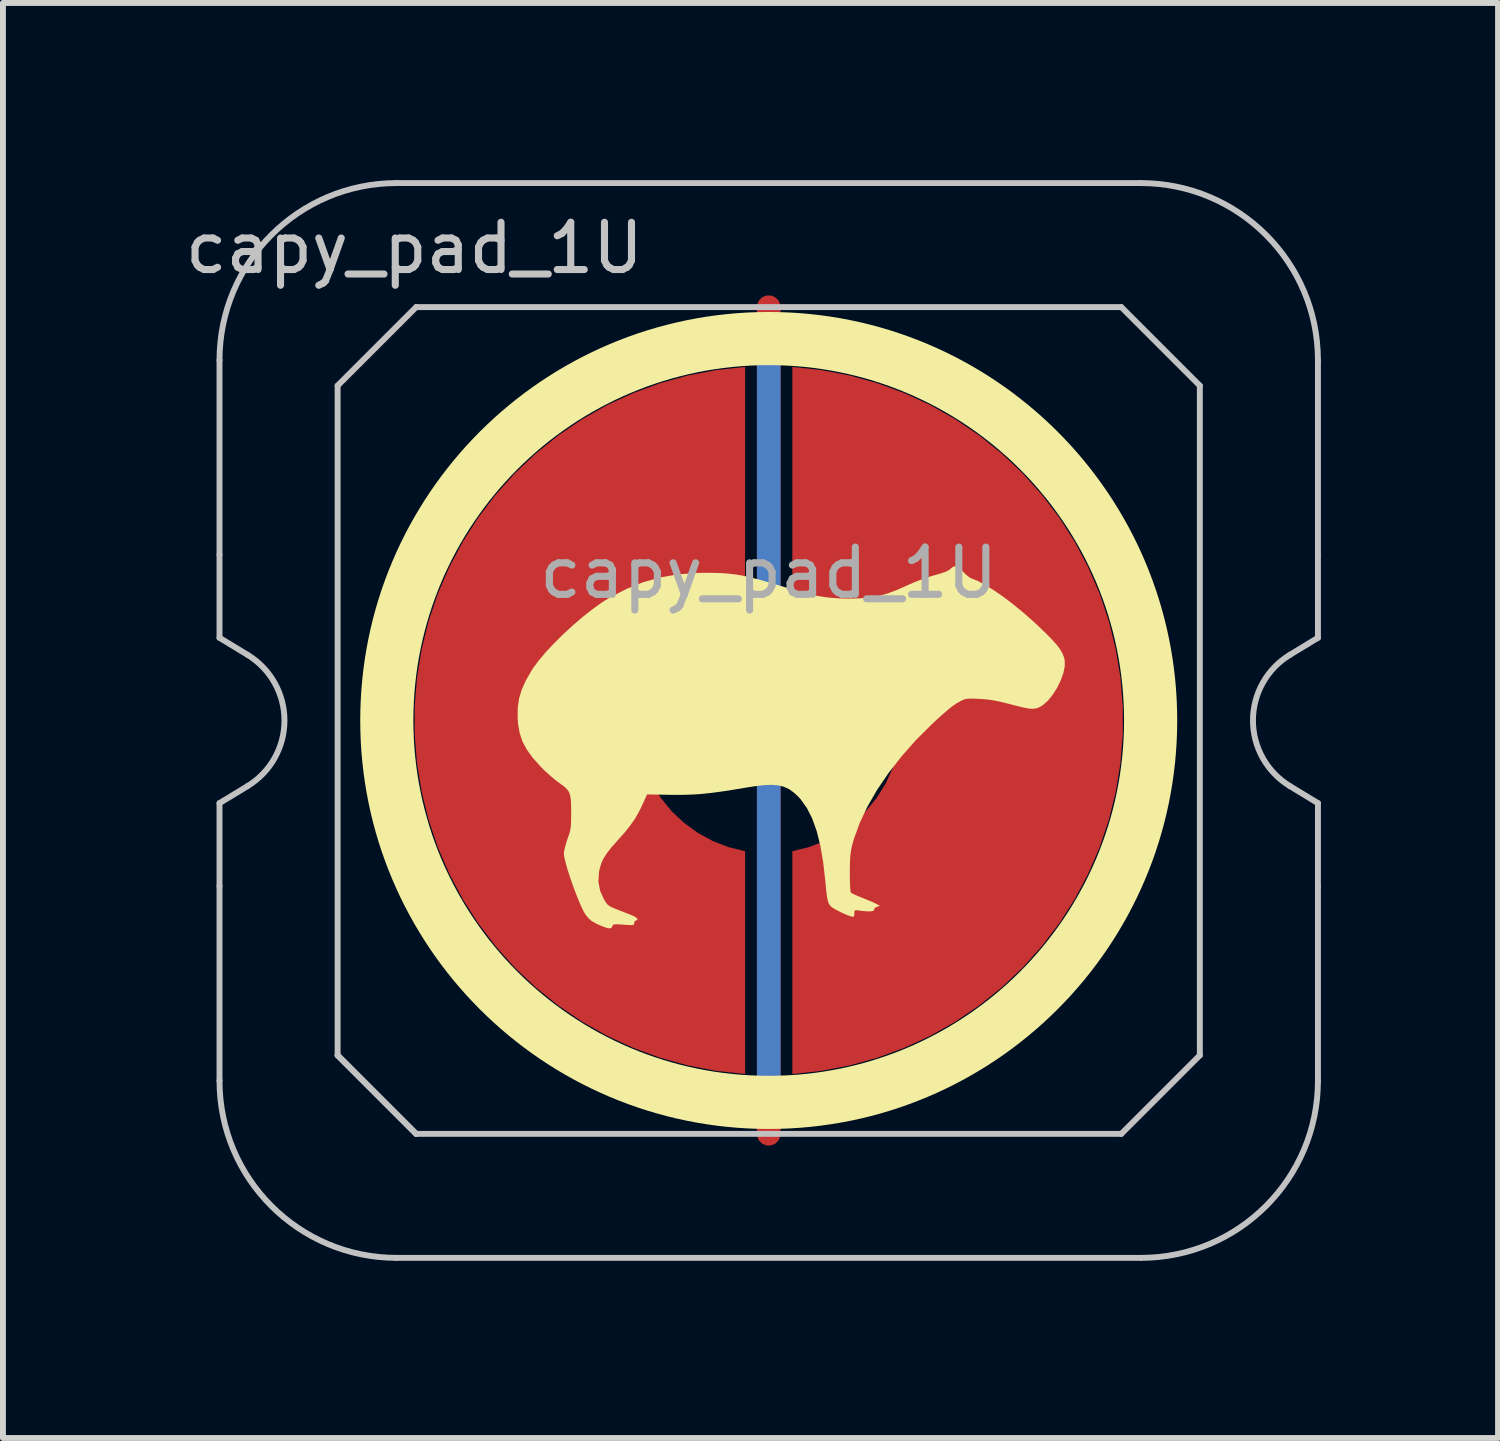
<source format=kicad_pcb>
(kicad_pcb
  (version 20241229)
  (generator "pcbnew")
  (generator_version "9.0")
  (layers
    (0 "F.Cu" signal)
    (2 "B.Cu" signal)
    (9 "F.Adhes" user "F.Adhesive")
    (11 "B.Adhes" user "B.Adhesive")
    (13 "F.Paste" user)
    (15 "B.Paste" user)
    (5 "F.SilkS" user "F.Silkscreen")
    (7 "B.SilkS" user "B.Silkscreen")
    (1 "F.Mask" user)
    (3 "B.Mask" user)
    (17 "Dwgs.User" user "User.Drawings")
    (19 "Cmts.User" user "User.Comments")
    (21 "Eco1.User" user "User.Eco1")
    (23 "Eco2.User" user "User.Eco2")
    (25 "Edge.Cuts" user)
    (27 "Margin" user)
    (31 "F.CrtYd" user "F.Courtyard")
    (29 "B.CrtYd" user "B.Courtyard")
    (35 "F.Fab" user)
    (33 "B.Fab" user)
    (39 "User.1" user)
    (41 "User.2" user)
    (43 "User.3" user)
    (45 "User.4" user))
  (footprint "capy_pad_1U"
    (layer "F.Cu")
    (at 9.967 9.15)
    (property "Reference" "capy_pad_1U" (at -6 -8 0) (layer "Dwgs.User") (effects (font (size 0.8 0.8) (thickness 0.12))))
    (attr smd)
    (fp_circle (center 0 0) (end 6.467 0) (stroke (width 0.9) (type solid)) (fill no) (layer "F.SilkS"))
    (fp_poly (pts (xy 3.223 -2.584) (xy 3.287 -2.524) (xy 3.292 -2.518) (xy 3.345 -2.466) (xy 3.396 -2.425) (xy 3.429 -2.407) (xy 3.537 -2.364) (xy 3.668 -2.295) (xy 3.815 -2.203) (xy 3.976 -2.092) (xy 4.145 -1.963) (xy 4.319 -1.82) (xy 4.492 -1.667) (xy 4.562 -1.602) (xy 4.691 -1.478) (xy 4.793 -1.375) (xy 4.871 -1.288) (xy 4.929 -1.213) (xy 4.969 -1.146) (xy 4.996 -1.082) (xy 5.012 -1.018) (xy 5.013 -0.918) (xy 4.989 -0.802) (xy 4.944 -0.677) (xy 4.883 -0.552) (xy 4.808 -0.435) (xy 4.726 -0.334) (xy 4.64 -0.258) (xy 4.599 -0.233) (xy 4.555 -0.213) (xy 4.511 -0.201) (xy 4.46 -0.198) (xy 4.395 -0.204) (xy 4.312 -0.22) (xy 4.203 -0.246) (xy 4.09 -0.275) (xy 3.949 -0.311) (xy 3.832 -0.336) (xy 3.729 -0.352) (xy 3.626 -0.362) (xy 3.563 -0.366) (xy 3.466 -0.37) (xy 3.397 -0.37) (xy 3.348 -0.366) (xy 3.308 -0.356) (xy 3.267 -0.338) (xy 3.245 -0.326) (xy 3.183 -0.292) (xy 3.119 -0.248) (xy 3.047 -0.192) (xy 2.962 -0.119) (xy 2.858 -0.026) (xy 2.757 0.069) (xy 2.489 0.336) (xy 2.245 0.613) (xy 2.026 0.894) (xy 1.834 1.177) (xy 1.671 1.46) (xy 1.54 1.737) (xy 1.442 2.008) (xy 1.411 2.119) (xy 1.395 2.194) (xy 1.384 2.272) (xy 1.377 2.363) (xy 1.374 2.477) (xy 1.373 2.578) (xy 1.374 2.685) (xy 1.377 2.78) (xy 1.381 2.854) (xy 1.386 2.9) (xy 1.389 2.91) (xy 1.413 2.928) (xy 1.465 2.954) (xy 1.535 2.984) (xy 1.578 3.001) (xy 1.662 3.035) (xy 1.74 3.067) (xy 1.799 3.094) (xy 1.816 3.103) (xy 1.882 3.138) (xy 1.829 3.158) (xy 1.792 3.18) (xy 1.785 3.204) (xy 1.775 3.222) (xy 1.733 3.232) (xy 1.661 3.232) (xy 1.565 3.223) (xy 1.522 3.217) (xy 1.475 3.212) (xy 1.455 3.221) (xy 1.45 3.253) (xy 1.45 3.269) (xy 1.447 3.311) (xy 1.431 3.324) (xy 1.397 3.319) (xy 1.342 3.3) (xy 1.27 3.27) (xy 1.193 3.233) (xy 1.123 3.196) (xy 1.072 3.165) (xy 1.059 3.154) (xy 1.034 3.127) (xy 1.014 3.092) (xy 0.999 3.044) (xy 0.986 2.977) (xy 0.974 2.884) (xy 0.962 2.76) (xy 0.958 2.718) (xy 0.922 2.4) (xy 0.874 2.119) (xy 0.812 1.872) (xy 0.736 1.66) (xy 0.646 1.482) (xy 0.541 1.335) (xy 0.5 1.29) (xy 0.421 1.217) (xy 0.341 1.161) (xy 0.256 1.122) (xy 0.16 1.098) (xy 0.048 1.09) (xy -0.086 1.096) (xy -0.246 1.115) (xy -0.404 1.14) (xy -0.625 1.177) (xy -0.815 1.206) (xy -0.983 1.228) (xy -1.136 1.244) (xy -1.281 1.254) (xy -1.426 1.259) (xy -1.579 1.26) (xy -1.673 1.259) (xy -2.06 1.252) (xy -2.132 1.412) (xy -2.195 1.542) (xy -2.262 1.659) (xy -2.34 1.772) (xy -2.434 1.891) (xy -2.553 2.024) (xy -2.56 2.033) (xy -2.663 2.148) (xy -2.74 2.247) (xy -2.797 2.335) (xy -2.836 2.422) (xy -2.863 2.513) (xy -2.875 2.575) (xy -2.884 2.733) (xy -2.854 2.887) (xy -2.788 3.032) (xy -2.788 3.032) (xy -2.759 3.079) (xy -2.733 3.113) (xy -2.701 3.139) (xy -2.656 3.164) (xy -2.589 3.192) (xy -2.515 3.221) (xy -2.427 3.255) (xy -2.35 3.286) (xy -2.291 3.311) (xy -2.263 3.325) (xy -2.229 3.352) (xy -2.222 3.375) (xy -2.245 3.386) (xy -2.249 3.386) (xy -2.272 3.403) (xy -2.278 3.429) (xy -2.279 3.448) (xy -2.289 3.46) (xy -2.315 3.465) (xy -2.363 3.464) (xy -2.441 3.459) (xy -2.458 3.458) (xy -2.542 3.452) (xy -2.596 3.451) (xy -2.626 3.456) (xy -2.641 3.466) (xy -2.648 3.485) (xy -2.664 3.512) (xy -2.695 3.521) (xy -2.748 3.511) (xy -2.829 3.481) (xy -2.84 3.477) (xy -2.933 3.434) (xy -3.001 3.394) (xy -3.052 3.349) (xy -3.099 3.291) (xy -3.103 3.285) (xy -3.138 3.226) (xy -3.18 3.137) (xy -3.227 3.028) (xy -3.276 2.903) (xy -3.324 2.772) (xy -3.369 2.641) (xy -3.409 2.516) (xy -3.44 2.406) (xy -3.461 2.318) (xy -3.469 2.258) (xy -3.469 2.257) (xy -3.462 2.2) (xy -3.443 2.121) (xy -3.417 2.035) (xy -3.408 2.008) (xy -3.383 1.937) (xy -3.365 1.879) (xy -3.355 1.822) (xy -3.349 1.756) (xy -3.346 1.67) (xy -3.345 1.576) (xy -3.346 1.443) (xy -3.351 1.342) (xy -3.363 1.266) (xy -3.384 1.208) (xy -3.419 1.16) (xy -3.469 1.115) (xy -3.537 1.065) (xy -3.543 1.061) (xy -3.617 1.005) (xy -3.705 0.93) (xy -3.796 0.848) (xy -3.863 0.781) (xy -3.995 0.633) (xy -4.096 0.494) (xy -4.169 0.357) (xy -4.217 0.214) (xy -4.244 0.059) (xy -4.252 -0.047) (xy -4.25 -0.214) (xy -4.228 -0.369) (xy -4.183 -0.52) (xy -4.113 -0.677) (xy -4.015 -0.846) (xy -3.993 -0.881) (xy -3.899 -1.01) (xy -3.778 -1.154) (xy -3.635 -1.306) (xy -3.478 -1.462) (xy -3.311 -1.615) (xy -3.142 -1.76) (xy -2.975 -1.891) (xy -2.817 -2.004) (xy -2.691 -2.082) (xy -2.409 -2.227) (xy -2.131 -2.339) (xy -1.847 -2.42) (xy -1.551 -2.472) (xy -1.236 -2.498) (xy -1.067 -2.501) (xy -0.925 -2.499) (xy -0.798 -2.495) (xy -0.678 -2.486) (xy -0.561 -2.472) (xy -0.44 -2.452) (xy -0.311 -2.424) (xy -0.168 -2.387) (xy -0.004 -2.341) (xy 0.185 -2.284) (xy 0.375 -2.225) (xy 0.599 -2.16) (xy 0.802 -2.113) (xy 0.995 -2.083) (xy 1.192 -2.067) (xy 1.358 -2.063) (xy 1.547 -2.068) (xy 1.711 -2.082) (xy 1.863 -2.109) (xy 2.013 -2.151) (xy 2.172 -2.21) (xy 2.35 -2.29) (xy 2.365 -2.297) (xy 2.479 -2.346) (xy 2.61 -2.396) (xy 2.74 -2.44) (xy 2.805 -2.459) (xy 2.918 -2.491) (xy 2.998 -2.519) (xy 3.05 -2.545) (xy 3.077 -2.567) (xy 3.123 -2.604) (xy 3.17 -2.61)) (stroke (width 0) (type solid)) (fill yes) (layer "F.SilkS"))
    (fp_line (start -9.3 -2.805) (end -9.3 -6.1) (stroke (width 0.1) (type solid)) (layer "Dwgs.User"))
    (fp_line (start -9.3 -1.4) (end -9.3 -2.805) (stroke (width 0.1) (type solid)) (layer "Dwgs.User"))
    (fp_line (start -9.3 1.4) (end -8.824 1.111) (stroke (width 0.1) (type solid)) (layer "Dwgs.User"))
    (fp_line (start -9.3 2.805) (end -9.3 1.4) (stroke (width 0.1) (type solid)) (layer "Dwgs.User"))
    (fp_line (start -9.3 6.1) (end -9.3 2.805) (stroke (width 0.1) (type solid)) (layer "Dwgs.User"))
    (fp_line (start -8.824 -1.111) (end -9.3 -1.4) (stroke (width 0.1) (type solid)) (layer "Dwgs.User"))
    (fp_line (start -7.3 -5.67) (end -5.97 -7) (stroke (width 0.1) (type solid)) (layer "Dwgs.User"))
    (fp_line (start -7.3 5.67) (end -7.3 -5.67) (stroke (width 0.1) (type solid)) (layer "Dwgs.User"))
    (fp_line (start -7.3 5.67) (end -5.97 7) (stroke (width 0.1) (type solid)) (layer "Dwgs.User"))
    (fp_line (start -6.3 -9.1) (end 6.3 -9.1) (stroke (width 0.1) (type solid)) (layer "Dwgs.User"))
    (fp_line (start -5.97 -7) (end 5.97 -7) (stroke (width 0.1) (type solid)) (layer "Dwgs.User"))
    (fp_line (start -5.97 7) (end -7.3 5.67) (stroke (width 0.1) (type solid)) (layer "Dwgs.User"))
    (fp_line (start 5.97 -7) (end 7.3 -5.67) (stroke (width 0.1) (type solid)) (layer "Dwgs.User"))
    (fp_line (start 5.97 7) (end -5.97 7) (stroke (width 0.1) (type solid)) (layer "Dwgs.User"))
    (fp_line (start 6.3 9.1) (end -6.3 9.1) (stroke (width 0.1) (type solid)) (layer "Dwgs.User"))
    (fp_line (start 7.3 -5.67) (end 7.3 5.67) (stroke (width 0.1) (type solid)) (layer "Dwgs.User"))
    (fp_line (start 7.3 5.67) (end 5.97 7) (stroke (width 0.1) (type solid)) (layer "Dwgs.User"))
    (fp_line (start 8.824 1.111) (end 9.3 1.4) (stroke (width 0.1) (type solid)) (layer "Dwgs.User"))
    (fp_line (start 9.3 -6.1) (end 9.3 -2.805) (stroke (width 0.1) (type solid)) (layer "Dwgs.User"))
    (fp_line (start 9.3 -2.805) (end 9.3 -1.4) (stroke (width 0.1) (type solid)) (layer "Dwgs.User"))
    (fp_line (start 9.3 -1.4) (end 8.824 -1.111) (stroke (width 0.1) (type solid)) (layer "Dwgs.User"))
    (fp_line (start 9.3 1.4) (end 9.3 2.805) (stroke (width 0.1) (type solid)) (layer "Dwgs.User"))
    (fp_line (start 9.3 2.805) (end 9.3 6.1) (stroke (width 0.1) (type solid)) (layer "Dwgs.User"))
    (fp_arc (start -9.3 -6.1) (mid -8.42132 -8.22132) (end -6.3 -9.1) (stroke (width 0.1) (type solid)) (layer "Dwgs.User"))
    (fp_arc (start -8.824333 -1.110619) (mid -8.2 0) (end -8.824333 1.110619) (stroke (width 0.1) (type solid)) (layer "Dwgs.User"))
    (fp_arc (start -6.3 9.1) (mid -8.42132 8.22132) (end -9.3 6.1) (stroke (width 0.1) (type solid)) (layer "Dwgs.User"))
    (fp_arc (start 6.3 -9.1) (mid 8.42132 -8.22132) (end 9.3 -6.1) (stroke (width 0.1) (type solid)) (layer "Dwgs.User"))
    (fp_arc (start 8.824333 1.110619) (mid 8.2 0) (end 8.824333 -1.110619) (stroke (width 0.1) (type solid)) (layer "Dwgs.User"))
    (fp_arc (start 9.3 6.1) (mid 8.42132 8.22132) (end 6.3 9.1) (stroke (width 0.1) (type solid)) (layer "Dwgs.User"))
    (fp_text user "${REFERENCE}" (at 0 -2.5 0) (layer "F.Fab") (effects (font (size 0.8 0.8) (thickness 0.12))))
    (pad "1" smd custom (at -1 0) (size 0.4 0.4) (layers "F.Cu") (options (anchor circle)) (primitives (gr_poly (pts (xy 0.6 -2.214) (xy 0.32 -2.145) (xy 0.052 -2.041) (xy -0.201 -1.903) (xy -0.434 -1.734) (xy -0.644 -1.536) (xy -0.826 -1.314) (xy -0.979 -1.07) (xy -1.1 -0.808) (xy -1.186 -0.534) (xy -1.236 -0.25) (xy 0 -0.25) (xy 0.096 -0.231) (xy 0.177 -0.177) (xy 0.231 -0.096) (xy 0.25 0) (xy 0.231 0.096) (xy 0.177 0.177) (xy 0.096 0.231) (xy 0 0.25) (xy -1.236 0.25) (xy -1.186 0.534) (xy -1.1 0.808) (xy -0.979 1.07) (xy -0.826 1.314) (xy -0.644 1.536) (xy -0.434 1.734) (xy -0.201 1.903) (xy 0.052 2.041) (xy 0.32 2.145) (xy 0.6 2.214) (xy 0.6 5.987) (xy 0.115 5.934) (xy -0.364 5.843) (xy -0.834 5.713) (xy -1.292 5.545) (xy -1.735 5.341) (xy -2.159 5.101) (xy -2.563 4.827) (xy -2.943 4.522) (xy -3.298 4.187) (xy -3.623 3.824) (xy -3.919 3.436) (xy -4.182 3.025) (xy -4.41 2.594) (xy -4.603 2.147) (xy -4.759 1.684) (xy -4.876 1.211) (xy -4.955 0.73) (xy -4.995 0.244) (xy -4.995 -0.244) (xy -4.955 -0.73) (xy -4.876 -1.211) (xy -4.759 -1.684) (xy -4.603 -2.147) (xy -4.41 -2.594) (xy -4.182 -3.025) (xy -3.919 -3.436) (xy -3.623 -3.824) (xy -3.298 -4.187) (xy -2.943 -4.522) (xy -2.563 -4.827) (xy -2.159 -5.101) (xy -1.735 -5.341) (xy -1.292 -5.545) (xy -0.834 -5.713) (xy -0.364 -5.843) (xy 0.115 -5.934) (xy 0.6 -5.987)) (width 0) (fill yes))))
    (pad "2" smd custom (at 1 0 180) (size 0.4 0.4) (layers "F.Cu") (options (anchor circle)) (primitives (gr_poly (pts (xy 0.6 -2.214) (xy 0.32 -2.145) (xy 0.052 -2.041) (xy -0.201 -1.903) (xy -0.434 -1.734) (xy -0.644 -1.536) (xy -0.826 -1.314) (xy -0.979 -1.07) (xy -1.1 -0.808) (xy -1.186 -0.534) (xy -1.236 -0.25) (xy 0 -0.25) (xy 0.096 -0.231) (xy 0.177 -0.177) (xy 0.231 -0.096) (xy 0.25 0) (xy 0.231 0.096) (xy 0.177 0.177) (xy 0.096 0.231) (xy 0 0.25) (xy -1.236 0.25) (xy -1.186 0.534) (xy -1.1 0.808) (xy -0.979 1.07) (xy -0.826 1.314) (xy -0.644 1.536) (xy -0.434 1.734) (xy -0.201 1.903) (xy 0.052 2.041) (xy 0.32 2.145) (xy 0.6 2.214) (xy 0.6 5.987) (xy 0.115 5.934) (xy -0.364 5.843) (xy -0.834 5.713) (xy -1.292 5.545) (xy -1.735 5.341) (xy -2.159 5.101) (xy -2.563 4.827) (xy -2.943 4.522) (xy -3.298 4.187) (xy -3.623 3.824) (xy -3.919 3.436) (xy -4.182 3.025) (xy -4.41 2.594) (xy -4.603 2.147) (xy -4.759 1.684) (xy -4.876 1.211) (xy -4.955 0.73) (xy -4.995 0.244) (xy -4.995 -0.244) (xy -4.955 -0.73) (xy -4.876 -1.211) (xy -4.759 -1.684) (xy -4.603 -2.147) (xy -4.41 -2.594) (xy -4.182 -3.025) (xy -3.919 -3.436) (xy -3.623 -3.824) (xy -3.298 -4.187) (xy -2.943 -4.522) (xy -2.563 -4.827) (xy -2.159 -5.101) (xy -1.735 -5.341) (xy -1.292 -5.545) (xy -0.834 -5.713) (xy -0.364 -5.843) (xy 0.115 -5.934) (xy 0.6 -5.987)) (width 0) (fill yes))))
    (pad "3" smd custom (at 0 0) (size 0.4 0.4) (layers "F.Cu") (options (anchor rect)) (primitives (gr_line (start 0 -7) (end 0 7) (width 0.4))))
    (pad "3" smd custom (at 0 0) (size 0.4 0.4) (layers "B.Cu") (options (anchor rect)) (primitives (gr_line (start 0 -6.5) (end 0 6.5) (width 0.4))))
    (zone (net_name "") (layer "F.Cu") (hatch edge 0.508) (connect_pads) (min_thickness 0.254) (filled_areas_thickness no) (keepout (tracks allowed) (vias allowed) (pads allowed) (copperpour not_allowed) (footprints allowed)) (placement (enabled no)) (fill) (polygon (pts (xy 16.972 9.15) (xy 16.953 8.637) (xy 16.896 8.127) (xy 16.803 7.622) (xy 16.673 7.125) (xy 16.506 6.64) (xy 16.305 6.167) (xy 16.069 5.711) (xy 15.801 5.274) (xy 15.502 4.857) (xy 15.172 4.463) (xy 14.815 4.094) (xy 14.432 3.753) (xy 14.024 3.44) (xy 13.595 3.158) (xy 13.147 2.909) (xy 12.681 2.692) (xy 12.201 2.511) (xy 11.709 2.365) (xy 11.207 2.256) (xy 10.699 2.183) (xy 10.187 2.149) (xy 9.673 2.151) (xy 9.162 2.192) (xy 8.654 2.269) (xy 8.154 2.384) (xy 7.663 2.535) (xy 7.185 2.721) (xy 6.721 2.942) (xy 6.275 3.197) (xy 5.849 3.483) (xy 5.445 3.8) (xy 5.066 4.145) (xy 4.712 4.518) (xy 4.387 4.915) (xy 4.092 5.335) (xy 3.828 5.775) (xy 3.598 6.234) (xy 3.401 6.708) (xy 3.24 7.196) (xy 3.115 7.694) (xy 3.027 8.199) (xy 2.976 8.71) (xy 2.962 9.223) (xy 2.986 9.736) (xy 3.048 10.246) (xy 3.147 10.75) (xy 3.282 11.245) (xy 3.454 11.729) (xy 3.66 12.199) (xy 3.9 12.652) (xy 4.173 13.087) (xy 4.477 13.501) (xy 4.81 13.891) (xy 5.171 14.256) (xy 5.558 14.594) (xy 5.969 14.902) (xy 6.401 15.179) (xy 6.852 15.424) (xy 7.32 15.636) (xy 7.802 15.812) (xy 8.296 15.953) (xy 8.798 16.057) (xy 9.307 16.124) (xy 9.82 16.153) (xy 10.333 16.145) (xy 10.845 16.1) (xy 11.351 16.017) (xy 11.85 15.897) (xy 12.339 15.741) (xy 12.816 15.549) (xy 13.277 15.323) (xy 13.72 15.064) (xy 14.143 14.774) (xy 14.544 14.453) (xy 14.92 14.103) (xy 15.269 13.727) (xy 15.59 13.326) (xy 15.881 12.903) (xy 16.14 12.46) (xy 16.366 11.999) (xy 16.557 11.523) (xy 16.714 11.034) (xy 16.833 10.535) (xy 16.916 10.028) (xy 16.962 9.517))))
    (zone (net_name "") (layer "B.Cu") (hatch edge 0.508) (connect_pads) (min_thickness 0.254) (filled_areas_thickness no) (keepout (tracks allowed) (vias allowed) (pads allowed) (copperpour not_allowed) (footprints allowed)) (placement (enabled no)) (fill) (polygon (pts (xy 16.525 9.15) (xy 16.505 8.635) (xy 16.444 8.124) (xy 16.344 7.619) (xy 16.204 7.123) (xy 16.026 6.64) (xy 15.81 6.173) (xy 15.559 5.723) (xy 15.272 5.295) (xy 14.954 4.891) (xy 14.604 4.513) (xy 14.226 4.163) (xy 13.822 3.844) (xy 13.393 3.558) (xy 12.944 3.307) (xy 12.476 3.091) (xy 11.993 2.913) (xy 11.498 2.773) (xy 10.993 2.672) (xy 10.481 2.612) (xy 9.967 2.592) (xy 9.452 2.612) (xy 8.941 2.672) (xy 8.436 2.773) (xy 7.94 2.913) (xy 7.457 3.091) (xy 6.989 3.307) (xy 6.54 3.558) (xy 6.112 3.844) (xy 5.707 4.163) (xy 5.329 4.513) (xy 4.98 4.891) (xy 4.661 5.295) (xy 4.375 5.723) (xy 4.123 6.173) (xy 3.908 6.64) (xy 3.729 7.123) (xy 3.59 7.619) (xy 3.489 8.124) (xy 3.429 8.635) (xy 3.408 9.15) (xy 3.429 9.665) (xy 3.489 10.176) (xy 3.59 10.681) (xy 3.729 11.177) (xy 3.908 11.66) (xy 4.123 12.127) (xy 4.375 12.577) (xy 4.661 13.005) (xy 4.98 13.409) (xy 5.329 13.787) (xy 5.707 14.137) (xy 6.112 14.456) (xy 6.54 14.742) (xy 6.989 14.993) (xy 7.457 15.209) (xy 7.94 15.387) (xy 8.436 15.527) (xy 8.941 15.628) (xy 9.452 15.688) (xy 9.967 15.708) (xy 10.481 15.688) (xy 10.993 15.628) (xy 11.498 15.527) (xy 11.993 15.387) (xy 12.476 15.209) (xy 12.944 14.993) (xy 13.393 14.742) (xy 13.822 14.456) (xy 14.226 14.137) (xy 14.604 13.787) (xy 14.954 13.409) (xy 15.272 13.005) (xy 15.559 12.577) (xy 15.81 12.127) (xy 16.026 11.66) (xy 16.204 11.177) (xy 16.344 10.681) (xy 16.444 10.176) (xy 16.505 9.665)))))
  (gr_rect
    (start -3 -3)
    (end 22.317 21.3)
    (stroke (width 0.1) (type default))
    (fill no)
    (layer "Edge.Cuts")))
</source>
